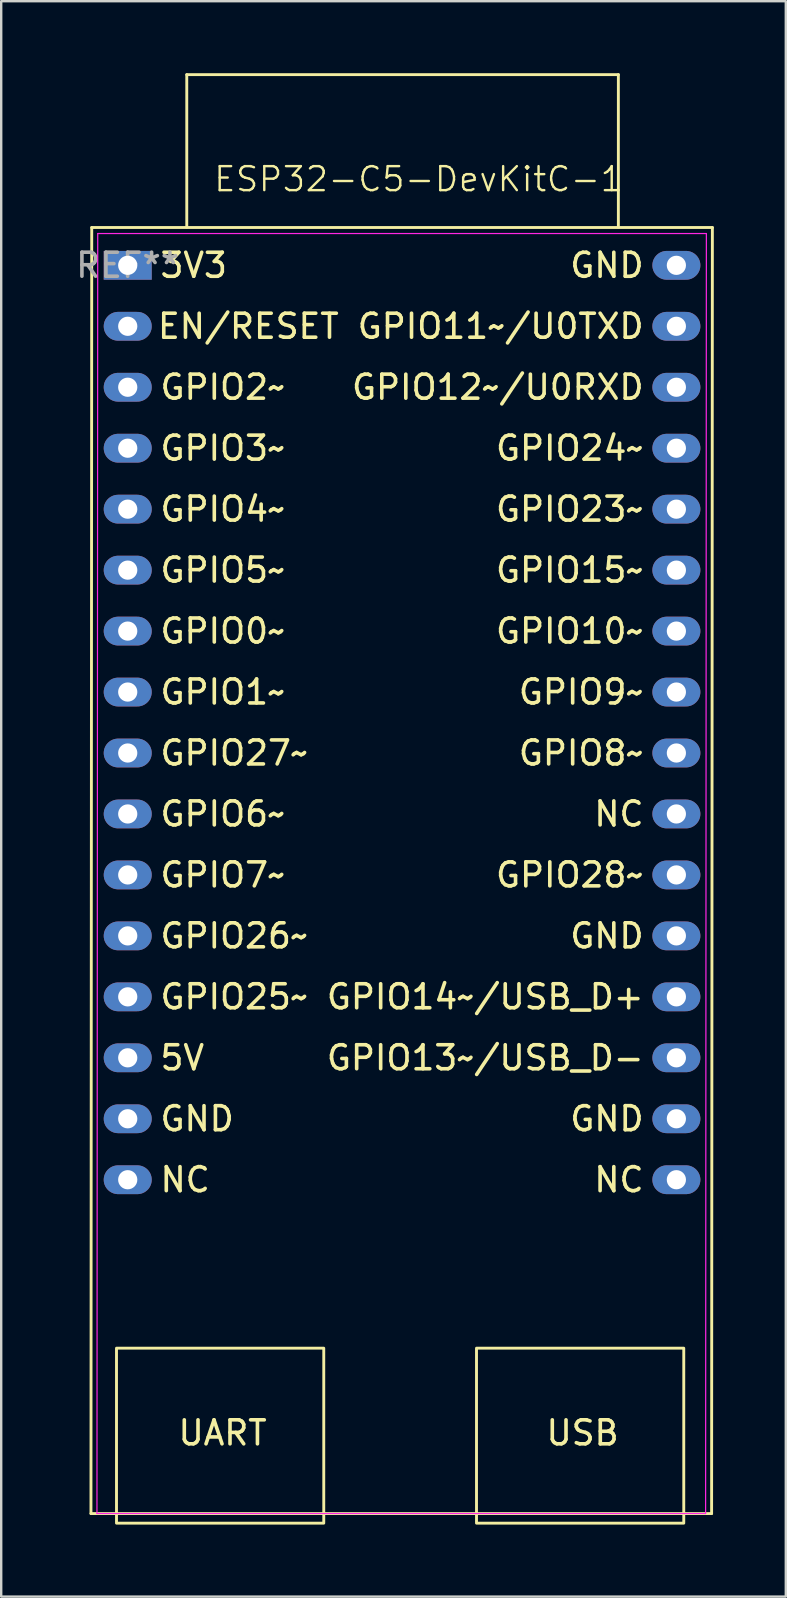
<source format=kicad_pcb>
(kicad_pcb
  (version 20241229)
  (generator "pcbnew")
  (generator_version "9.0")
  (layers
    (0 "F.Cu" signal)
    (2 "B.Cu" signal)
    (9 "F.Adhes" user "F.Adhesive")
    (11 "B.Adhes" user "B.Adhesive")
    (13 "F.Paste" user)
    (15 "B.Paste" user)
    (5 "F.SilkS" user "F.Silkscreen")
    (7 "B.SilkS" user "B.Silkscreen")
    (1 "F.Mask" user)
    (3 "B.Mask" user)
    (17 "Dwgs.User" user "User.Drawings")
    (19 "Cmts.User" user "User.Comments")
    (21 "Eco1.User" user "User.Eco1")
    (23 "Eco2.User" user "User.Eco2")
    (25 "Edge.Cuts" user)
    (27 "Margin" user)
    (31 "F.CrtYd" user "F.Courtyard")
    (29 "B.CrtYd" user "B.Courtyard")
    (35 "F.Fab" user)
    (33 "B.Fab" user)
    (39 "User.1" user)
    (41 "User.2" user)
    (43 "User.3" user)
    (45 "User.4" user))
  (footprint "ESP32-C5-DevKitC-1"
    (layer "F.Cu")
    (at 2.232 8.01)
    (property "Reference" "ESP32-C5-DevKitC-1" (at 12.158 -3.596 0) (unlocked yes) (layer "F.SilkS") (effects (font (size 1 1) (thickness 0.1))))
    (attr through_hole)
    (fp_line (start -1.492 52.004) (end 24.368 52.004) (stroke (width 0.12) (type solid)) (layer "F.SilkS"))
    (fp_line (start -1.46 -1.58) (end -1.492 52.004) (stroke (width 0.12) (type solid)) (layer "F.SilkS"))
    (fp_line (start 2.5 -7.95) (end 20.483 -7.95) (stroke (width 0.12) (type solid)) (layer "F.SilkS"))
    (fp_line (start 2.5 -1.6) (end 2.5 -7.95) (stroke (width 0.12) (type solid)) (layer "F.SilkS"))
    (fp_line (start 20.483 -7.95) (end 20.483 -1.6) (stroke (width 0.12) (type solid)) (layer "F.SilkS"))
    (fp_line (start 24.368 52.004) (end 24.4 -1.58) (stroke (width 0.12) (type solid)) (layer "F.SilkS"))
    (fp_line (start 24.4 -1.58) (end -1.46 -1.58) (stroke (width 0.12) (type solid)) (layer "F.SilkS"))
    (fp_rect (start -0.428 45.114) (end 8.208 52.404) (stroke (width 0.12) (type solid)) (fill no) (layer "F.SilkS"))
    (fp_rect (start 14.572 45.114) (end 23.208 52.404) (stroke (width 0.12) (type solid)) (fill no) (layer "F.SilkS"))
    (fp_line (start -1.242 52.004) (end -1.21 -1.33) (stroke (width 0.05) (type solid)) (layer "F.CrtYd"))
    (fp_line (start -1.21 -1.33) (end 24.15 -1.33) (stroke (width 0.05) (type solid)) (layer "F.CrtYd"))
    (fp_line (start 24.118 52.004) (end -1.242 52.004) (stroke (width 0.05) (type solid)) (layer "F.CrtYd"))
    (fp_line (start 24.15 -1.33) (end 24.118 52.004) (stroke (width 0.05) (type solid)) (layer "F.CrtYd"))
    (fp_text user "EN/RESET" (at 8.926 2.535 0) (unlocked yes) (layer "F.SilkS") (effects (font (size 1 1) (thickness 0.15)) (justify right)))
    (fp_text user "GPIO7~" (at 1.31 25.395 0) (unlocked yes) (layer "F.SilkS") (effects (font (size 1 1) (thickness 0.15)) (justify left)))
    (fp_text user "GPIO6~" (at 1.31 22.855 0) (unlocked yes) (layer "F.SilkS") (effects (font (size 1 1) (thickness 0.15)) (justify left)))
    (fp_text user "NC" (at 1.31 38.095 0) (unlocked yes) (layer "F.SilkS") (effects (font (size 1 1) (thickness 0.15)) (justify left)))
    (fp_text user "3V3" (at 1.31 -0.005 0) (unlocked yes) (layer "F.SilkS") (effects (font (size 1 1) (thickness 0.15)) (justify left)))
    (fp_text user "GPIO3~" (at 1.31 7.615 0) (unlocked yes) (layer "F.SilkS") (effects (font (size 1 1) (thickness 0.15)) (justify left)))
    (fp_text user "GPIO13~/USB_D-" (at 21.63 33.015 0) (unlocked yes) (layer "F.SilkS") (effects (font (size 1 1) (thickness 0.15)) (justify right)))
    (fp_text user "GPIO2~" (at 1.31 5.075 0) (unlocked yes) (layer "F.SilkS") (effects (font (size 1 1) (thickness 0.15)) (justify left)))
    (fp_text user "GPIO27~" (at 1.31 20.315 0) (unlocked yes) (layer "F.SilkS") (effects (font (size 1 1) (thickness 0.15)) (justify left)))
    (fp_text user "NC" (at 21.63 22.855 0) (unlocked yes) (layer "F.SilkS") (effects (font (size 1 1) (thickness 0.15)) (justify right)))
    (fp_text user "GPIO25~" (at 1.31 30.475 0) (unlocked yes) (layer "F.SilkS") (effects (font (size 1 1) (thickness 0.15)) (justify left)))
    (fp_text user "GND" (at 21.63 27.935 0) (unlocked yes) (layer "F.SilkS") (effects (font (size 1 1) (thickness 0.15)) (justify right)))
    (fp_text user "UART" (at 3.992 49.229 0) (unlocked yes) (layer "F.SilkS") (effects (font (size 1 1) (thickness 0.15)) (justify bottom)))
    (fp_text user "GPIO8~" (at 21.63 20.315 0) (unlocked yes) (layer "F.SilkS") (effects (font (size 1 1) (thickness 0.15)) (justify right)))
    (fp_text user "5V" (at 1.31 33.015 0) (unlocked yes) (layer "F.SilkS") (effects (font (size 1 1) (thickness 0.15)) (justify left)))
    (fp_text user "GPIO4~" (at 1.31 10.155 0) (unlocked yes) (layer "F.SilkS") (effects (font (size 1 1) (thickness 0.15)) (justify left)))
    (fp_text user "GPIO10~" (at 21.63 15.235 0) (unlocked yes) (layer "F.SilkS") (effects (font (size 1 1) (thickness 0.15)) (justify right)))
    (fp_text user "USB" (at 18.992 49.229 0) (unlocked yes) (layer "F.SilkS") (effects (font (size 1 1) (thickness 0.15)) (justify bottom)))
    (fp_text user "GND" (at 21.63 -0.005 0) (unlocked yes) (layer "F.SilkS") (effects (font (size 1 1) (thickness 0.15)) (justify right)))
    (fp_text user "NC" (at 21.63 38.095 0) (unlocked yes) (layer "F.SilkS") (effects (font (size 1 1) (thickness 0.15)) (justify right)))
    (fp_text user "GPIO12~/U0RXD" (at 21.63 5.075 0) (unlocked yes) (layer "F.SilkS") (effects (font (size 1 1) (thickness 0.15)) (justify right)))
    (fp_text user "GPIO0~" (at 1.31 15.235 0) (unlocked yes) (layer "F.SilkS") (effects (font (size 1 1) (thickness 0.15)) (justify left)))
    (fp_text user "GPIO26~" (at 1.31 27.935 0) (unlocked yes) (layer "F.SilkS") (effects (font (size 1 1) (thickness 0.15)) (justify left)))
    (fp_text user "GPIO15~" (at 21.63 12.695 0) (unlocked yes) (layer "F.SilkS") (effects (font (size 1 1) (thickness 0.15)) (justify right)))
    (fp_text user "GPIO5~" (at 1.31 12.695 0) (unlocked yes) (layer "F.SilkS") (effects (font (size 1 1) (thickness 0.15)) (justify left)))
    (fp_text user "GPIO1~" (at 1.31 17.775 0) (unlocked yes) (layer "F.SilkS") (effects (font (size 1 1) (thickness 0.15)) (justify left)))
    (fp_text user "GPIO28~" (at 21.63 25.395 0) (unlocked yes) (layer "F.SilkS") (effects (font (size 1 1) (thickness 0.15)) (justify right)))
    (fp_text user "GND" (at 21.63 35.555 0) (unlocked yes) (layer "F.SilkS") (effects (font (size 1 1) (thickness 0.15)) (justify right)))
    (fp_text user "GPIO11~/U0TXD" (at 21.63 2.535 0) (unlocked yes) (layer "F.SilkS") (effects (font (size 1 1) (thickness 0.15)) (justify right)))
    (fp_text user "GPIO14~/USB_D+" (at 21.63 30.475 0) (unlocked yes) (layer "F.SilkS") (effects (font (size 1 1) (thickness 0.15)) (justify right)))
    (fp_text user "GPIO24~" (at 21.63 7.615 0) (unlocked yes) (layer "F.SilkS") (effects (font (size 1 1) (thickness 0.15)) (justify right)))
    (fp_text user "GPIO23~" (at 21.63 10.155 0) (unlocked yes) (layer "F.SilkS") (effects (font (size 1 1) (thickness 0.15)) (justify right)))
    (fp_text user "GND" (at 1.31 35.555 0) (unlocked yes) (layer "F.SilkS") (effects (font (size 1 1) (thickness 0.15)) (justify left)))
    (fp_text user "GPIO9~" (at 21.63 17.775 0) (unlocked yes) (layer "F.SilkS") (effects (font (size 1 1) (thickness 0.15)) (justify right)))
    (fp_text user "REF**" (at 0.036 -0.007 0) (layer "F.Fab") (effects (font (size 1 1) (thickness 0.15))))
    (pad "1" thru_hole rect (at 0.04 -0.005 270) (size 1.2 2) (drill 0.8) (layers "*.Cu" "*.Mask"))
    (pad "2" thru_hole oval (at 0.04 2.535 270) (size 1.2 2) (drill 0.8) (layers "*.Cu" "*.Mask"))
    (pad "3" thru_hole oval (at 0.04 5.075 270) (size 1.2 2) (drill 0.8) (layers "*.Cu" "*.Mask"))
    (pad "4" thru_hole oval (at 0.04 7.615 270) (size 1.2 2) (drill 0.8) (layers "*.Cu" "*.Mask"))
    (pad "5" thru_hole oval (at 0.04 10.155 270) (size 1.2 2) (drill 0.8) (layers "*.Cu" "*.Mask"))
    (pad "6" thru_hole oval (at 0.04 12.695 270) (size 1.2 2) (drill 0.8) (layers "*.Cu" "*.Mask"))
    (pad "7" thru_hole oval (at 0.04 15.235 270) (size 1.2 2) (drill 0.8) (layers "*.Cu" "*.Mask"))
    (pad "8" thru_hole oval (at 0.04 17.775 270) (size 1.2 2) (drill 0.8) (layers "*.Cu" "*.Mask"))
    (pad "9" thru_hole oval (at 0.04 20.315 270) (size 1.2 2) (drill 0.8) (layers "*.Cu" "*.Mask"))
    (pad "10" thru_hole oval (at 0.04 22.855 270) (size 1.2 2) (drill 0.8) (layers "*.Cu" "*.Mask"))
    (pad "11" thru_hole oval (at 0.04 25.395 270) (size 1.2 2) (drill 0.8) (layers "*.Cu" "*.Mask"))
    (pad "12" thru_hole oval (at 0.04 27.935 270) (size 1.2 2) (drill 0.8) (layers "*.Cu" "*.Mask"))
    (pad "13" thru_hole oval (at 0.04 30.475 270) (size 1.2 2) (drill 0.8) (layers "*.Cu" "*.Mask"))
    (pad "14" thru_hole oval (at 0.04 33.015 270) (size 1.2 2) (drill 0.8) (layers "*.Cu" "*.Mask"))
    (pad "15" thru_hole oval (at 0.04 35.555 270) (size 1.2 2) (drill 0.8) (layers "*.Cu" "*.Mask"))
    (pad "16" thru_hole oval (at 0.04 38.095 270) (size 1.2 2) (drill 0.8) (layers "*.Cu" "*.Mask"))
    (pad "17" thru_hole oval (at 22.9 38.095 270) (size 1.2 2) (drill 0.8) (layers "*.Cu" "*.Mask"))
    (pad "18" thru_hole oval (at 22.9 35.555 270) (size 1.2 2) (drill 0.8) (layers "*.Cu" "*.Mask"))
    (pad "19" thru_hole oval (at 22.9 33.015 270) (size 1.2 2) (drill 0.8) (layers "*.Cu" "*.Mask"))
    (pad "20" thru_hole oval (at 22.9 30.475 270) (size 1.2 2) (drill 0.8) (layers "*.Cu" "*.Mask"))
    (pad "21" thru_hole oval (at 22.9 27.935 270) (size 1.2 2) (drill 0.8) (layers "*.Cu" "*.Mask"))
    (pad "22" thru_hole oval (at 22.9 25.395 270) (size 1.2 2) (drill 0.8) (layers "*.Cu" "*.Mask"))
    (pad "23" thru_hole oval (at 22.9 22.855 270) (size 1.2 2) (drill 0.8) (layers "*.Cu" "*.Mask"))
    (pad "24" thru_hole oval (at 22.9 20.315 270) (size 1.2 2) (drill 0.8) (layers "*.Cu" "*.Mask"))
    (pad "25" thru_hole oval (at 22.9 17.775 270) (size 1.2 2) (drill 0.8) (layers "*.Cu" "*.Mask"))
    (pad "26" thru_hole oval (at 22.9 15.235 270) (size 1.2 2) (drill 0.8) (layers "*.Cu" "*.Mask"))
    (pad "27" thru_hole oval (at 22.9 12.695 270) (size 1.2 2) (drill 0.8) (layers "*.Cu" "*.Mask"))
    (pad "28" thru_hole oval (at 22.9 10.155 270) (size 1.2 2) (drill 0.8) (layers "*.Cu" "*.Mask"))
    (pad "29" thru_hole oval (at 22.9 7.615 270) (size 1.2 2) (drill 0.8) (layers "*.Cu" "*.Mask"))
    (pad "30" thru_hole oval (at 22.9 5.075 270) (size 1.2 2) (drill 0.8) (layers "*.Cu" "*.Mask"))
    (pad "31" thru_hole oval (at 22.9 2.535 270) (size 1.2 2) (drill 0.8) (layers "*.Cu" "*.Mask"))
    (pad "32" thru_hole oval (at 22.9 -0.005 270) (size 1.2 2) (drill 0.8) (layers "*.Cu" "*.Mask")))
  (gr_rect
    (start -3 -3)
    (end 29.692 63.474)
    (stroke (width 0.1) (type default))
    (fill no)
    (layer "Edge.Cuts")))
</source>
